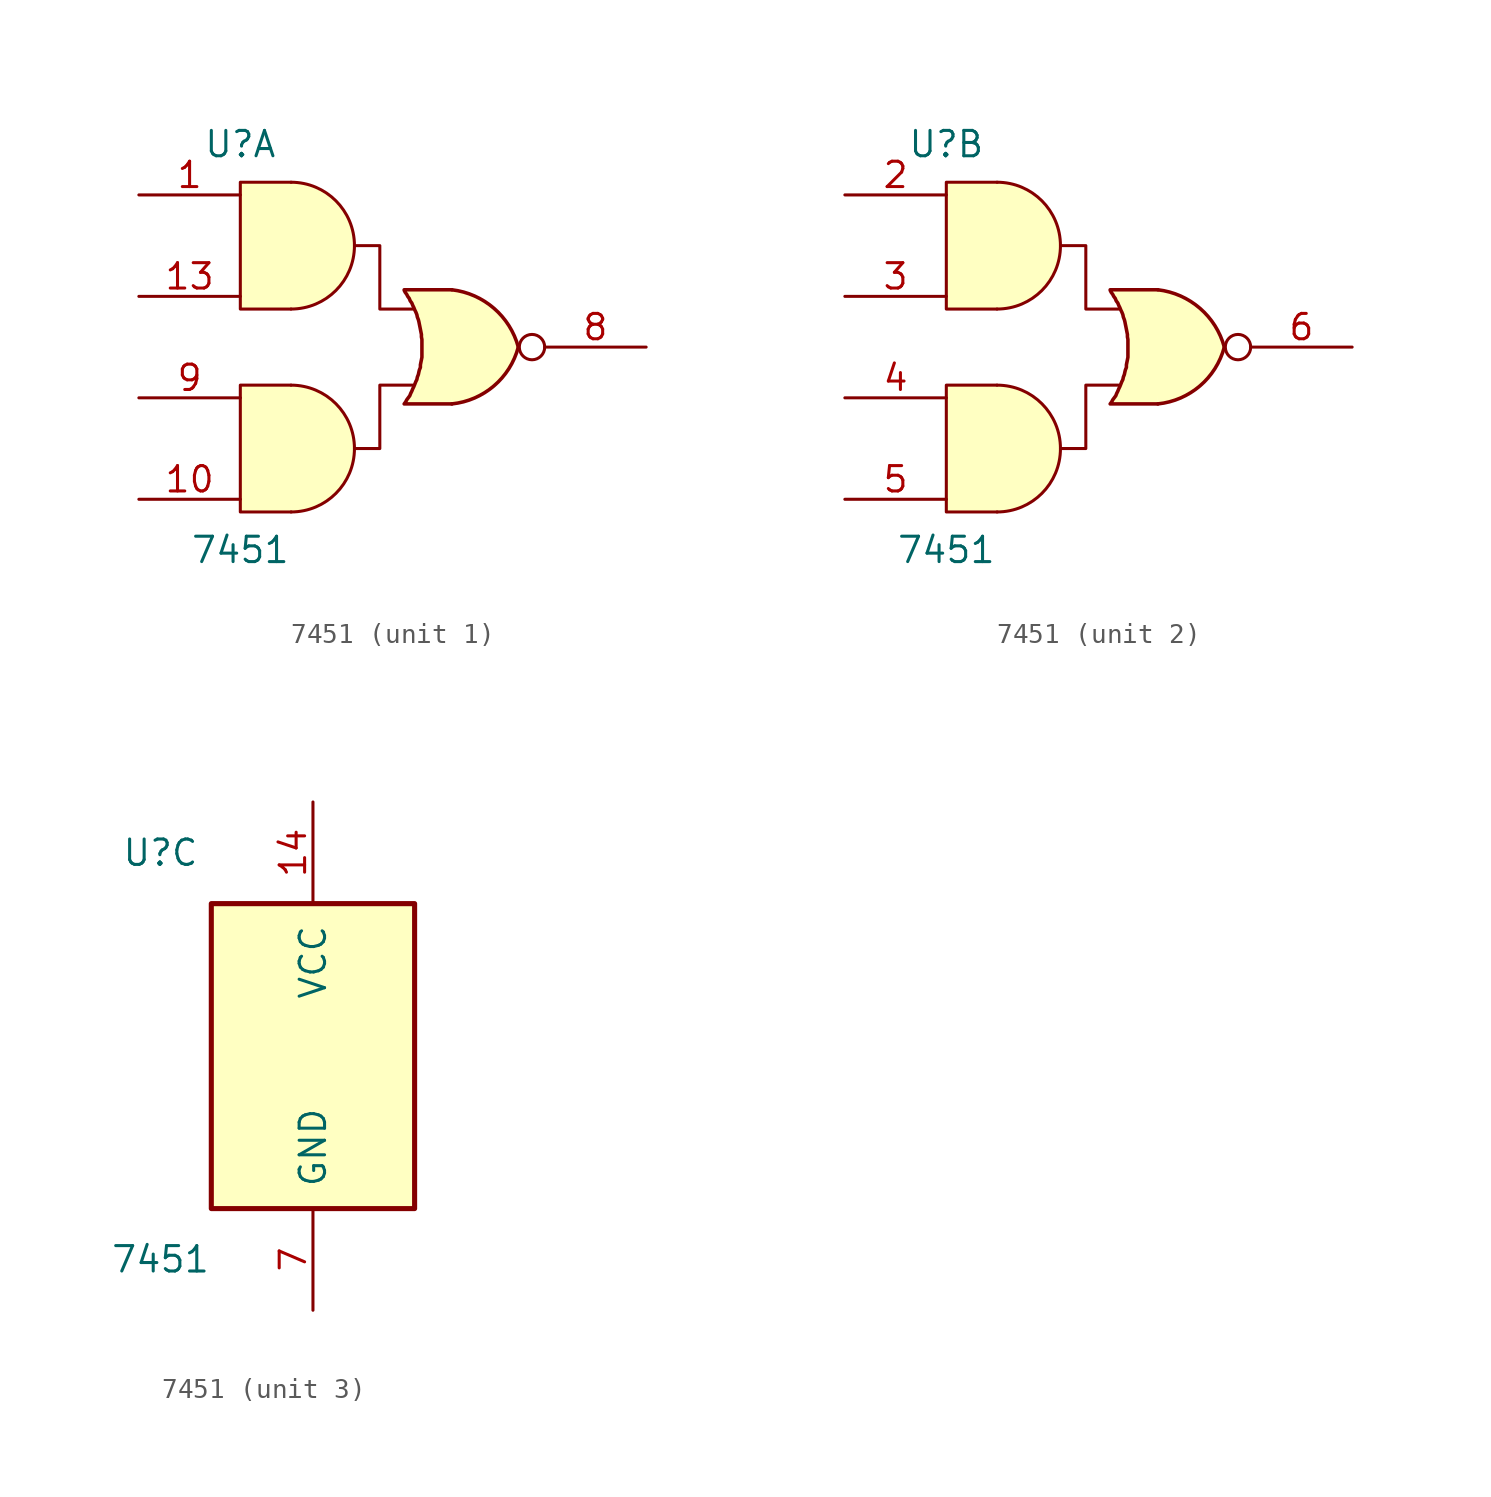
<source format=kicad_sym>
(kicad_symbol_lib
  (version 20211014)
  (generator kicad_symbol_editor)
  (symbol "7451"
    (pin_names
      (offset 1.016))
    (property "Reference" "U"
      (at -7.62 10.16 0)
      (effects (font (size 1.27 1.27))))
    (property "Value" "7451"
      (at -7.62 -10.16 0)
      (effects (font (size 1.27 1.27))))
    (property "ki_locked" ""
      (at 0 0 0)
      (effects (font (size 1.27 1.27))))
    (symbol "7451_1_0"
      (arc (start -5.08 -8.255) (mid -1.905 -5.08) (end -5.08 -1.905) (stroke (width 0) (type default) (color 0 0 0 0)) (fill (type background)))
      (arc (start -5.08 1.905) (mid -1.905 5.08) (end -5.08 8.255) (stroke (width 0) (type default) (color 0 0 0 0)) (fill (type background)))
      (polyline (pts (xy -5.08 -1.905) (xy -7.62 -1.905) (xy -7.62 -8.255) (xy -5.08 -8.255)) (stroke (width 0) (type default) (color 0 0 0 0)) (fill (type background)))
      (polyline (pts (xy -5.08 1.905) (xy -7.62 1.905) (xy -7.62 8.255) (xy -5.08 8.255)) (stroke (width 0) (type default) (color 0 0 0 0)) (fill (type background)))
      (polyline (pts (xy -1.905 -5.08) (xy -0.635 -5.08) (xy -0.635 -1.905) (xy 1.016 -1.905)) (stroke (width 0) (type default) (color 0 0 0 0)) (fill (type none)))
      (polyline (pts (xy -1.905 5.08) (xy -0.635 5.08) (xy -0.635 1.905) (xy 1.016 1.905)) (stroke (width 0) (type default) (color 0 0 0 0)) (fill (type none)))
      (polyline (pts (xy 2.972 2.87) (xy 0.584 2.87) (xy 0.584 2.845) (xy 0.635 2.743) (xy 0.711 2.642) (xy 0.762 2.54) (xy 0.838 2.438) (xy 0.889 2.311) (xy 0.965 2.21) (xy 1.016 2.083) (xy 1.067 1.981) (xy 1.118 1.854) (xy 1.168 1.753) (xy 1.219 1.626) (xy 1.245 1.499) (xy 1.295 1.372) (xy 1.321 1.27) (xy 1.346 1.143) (xy 1.372 1.016) (xy 1.397 0.889) (xy 1.422 0.762) (xy 1.448 0.635) (xy 1.448 0.508) (xy 1.473 0.381) (xy 1.473 0.254) (xy 1.473 0.127) (xy 1.473 0) (xy 1.473 -0.127) (xy 1.473 -0.254) (xy 1.473 -0.381) (xy 1.473 -0.508) (xy 1.448 -0.635) (xy 1.422 -0.762) (xy 1.397 -0.889) (xy 1.397 -1.016) (xy 1.346 -1.143) (xy 1.321 -1.245) (xy 1.295 -1.372) (xy 1.245 -1.499) (xy 1.219 -1.626) (xy 1.168 -1.727) (xy 1.118 -1.854) (xy 1.067 -1.981) (xy 1.016 -2.083) (xy 0.965 -2.21) (xy 0.914 -2.311) (xy 0.864 -2.438) (xy 0.787 -2.54) (xy 0.711 -2.642) (xy 0.66 -2.743) (xy 0.584 -2.845) (xy 0.584 -2.845) (xy 2.972 -2.845)) (stroke (width 0.178) (type default) (color 0 0 0 0)) (fill (type background)))
      (arc (start 2.9718 -2.8448) (mid 5.0797 -1.9419) (end 6.2992 0) (stroke (width 0.1778) (type default) (color 0 0 0 0)) (fill (type background)))
      (arc (start 6.2992 0) (mid 5.0758 1.9455) (end 2.9718 2.8702) (stroke (width 0.1778) (type default) (color 0 0 0 0)) (fill (type background)))
      (circle (center 6.985 0) (radius 0.635) (stroke (width 0) (type default) (color 0 0 0 0)) (fill (type none)))
      (pin input line (at -12.7 7.62 0) (length 5.08) (name "~" (effects (font (size 1.27 1.27)))) (number "1" (effects (font (size 1.27 1.27)))))
      (pin input line (at -12.7 -7.62 0) (length 5.08) (name "~" (effects (font (size 1.27 1.27)))) (number "10" (effects (font (size 1.27 1.27)))))
      (pin input line (at -12.7 2.54 0) (length 5.08) (name "~" (effects (font (size 1.27 1.27)))) (number "13" (effects (font (size 1.27 1.27)))))
      (pin output line (at 12.7 0 180) (length 5.08) (name "~" (effects (font (size 1.27 1.27)))) (number "8" (effects (font (size 1.27 1.27)))))
      (pin input line (at -12.7 -2.54 0) (length 5.08) (name "~" (effects (font (size 1.27 1.27)))) (number "9" (effects (font (size 1.27 1.27))))))
    (symbol "7451_2_0"
      (arc (start -5.08 -8.255) (mid -1.905 -5.08) (end -5.08 -1.905) (stroke (width 0) (type default) (color 0 0 0 0)) (fill (type background)))
      (arc (start -5.08 1.905) (mid -1.905 5.08) (end -5.08 8.255) (stroke (width 0) (type default) (color 0 0 0 0)) (fill (type background)))
      (polyline (pts (xy -5.08 -1.905) (xy -7.62 -1.905) (xy -7.62 -8.255) (xy -5.08 -8.255)) (stroke (width 0) (type default) (color 0 0 0 0)) (fill (type background)))
      (polyline (pts (xy -5.08 1.905) (xy -7.62 1.905) (xy -7.62 8.255) (xy -5.08 8.255)) (stroke (width 0) (type default) (color 0 0 0 0)) (fill (type background)))
      (polyline (pts (xy -1.905 -5.08) (xy -0.635 -5.08) (xy -0.635 -1.905) (xy 1.016 -1.905)) (stroke (width 0) (type default) (color 0 0 0 0)) (fill (type none)))
      (polyline (pts (xy -1.905 5.08) (xy -0.635 5.08) (xy -0.635 1.905) (xy 1.016 1.905)) (stroke (width 0) (type default) (color 0 0 0 0)) (fill (type none)))
      (polyline (pts (xy 2.972 2.87) (xy 0.584 2.87) (xy 0.584 2.845) (xy 0.635 2.743) (xy 0.711 2.642) (xy 0.762 2.54) (xy 0.838 2.438) (xy 0.889 2.311) (xy 0.965 2.21) (xy 1.016 2.083) (xy 1.067 1.981) (xy 1.118 1.854) (xy 1.168 1.753) (xy 1.219 1.626) (xy 1.245 1.499) (xy 1.295 1.372) (xy 1.321 1.27) (xy 1.346 1.143) (xy 1.372 1.016) (xy 1.397 0.889) (xy 1.422 0.762) (xy 1.448 0.635) (xy 1.448 0.508) (xy 1.473 0.381) (xy 1.473 0.254) (xy 1.473 0.127) (xy 1.473 0) (xy 1.473 -0.127) (xy 1.473 -0.254) (xy 1.473 -0.381) (xy 1.473 -0.508) (xy 1.448 -0.635) (xy 1.422 -0.762) (xy 1.397 -0.889) (xy 1.397 -1.016) (xy 1.346 -1.143) (xy 1.321 -1.245) (xy 1.295 -1.372) (xy 1.245 -1.499) (xy 1.219 -1.626) (xy 1.168 -1.727) (xy 1.118 -1.854) (xy 1.067 -1.981) (xy 1.016 -2.083) (xy 0.965 -2.21) (xy 0.914 -2.311) (xy 0.864 -2.438) (xy 0.787 -2.54) (xy 0.711 -2.642) (xy 0.66 -2.743) (xy 0.584 -2.845) (xy 0.584 -2.845) (xy 2.972 -2.845)) (stroke (width 0.178) (type default) (color 0 0 0 0)) (fill (type background)))
      (arc (start 2.9718 -2.8448) (mid 5.0797 -1.9419) (end 6.2992 0) (stroke (width 0.1778) (type default) (color 0 0 0 0)) (fill (type background)))
      (arc (start 6.2992 0) (mid 5.0758 1.9455) (end 2.9718 2.8702) (stroke (width 0.1778) (type default) (color 0 0 0 0)) (fill (type background)))
      (circle (center 6.985 0) (radius 0.635) (stroke (width 0) (type default) (color 0 0 0 0)) (fill (type none)))
      (pin input line (at -12.7 7.62 0) (length 5.08) (name "~" (effects (font (size 1.27 1.27)))) (number "2" (effects (font (size 1.27 1.27)))))
      (pin input line (at -12.7 2.54 0) (length 5.08) (name "~" (effects (font (size 1.27 1.27)))) (number "3" (effects (font (size 1.27 1.27)))))
      (pin input line (at -12.7 -2.54 0) (length 5.08) (name "~" (effects (font (size 1.27 1.27)))) (number "4" (effects (font (size 1.27 1.27)))))
      (pin input line (at -12.7 -7.62 0) (length 5.08) (name "~" (effects (font (size 1.27 1.27)))) (number "5" (effects (font (size 1.27 1.27)))))
      (pin output line (at 12.7 0 180) (length 5.08) (name "~" (effects (font (size 1.27 1.27)))) (number "6" (effects (font (size 1.27 1.27))))))
    (symbol "7451_3_0"
      (pin power_in line (at 0 12.7 270) (length 5.08) (name "VCC" (effects (font (size 1.27 1.27)))) (number "14" (effects (font (size 1.27 1.27)))))
      (pin power_in line (at 0 -12.7 90) (length 5.08) (name "GND" (effects (font (size 1.27 1.27)))) (number "7" (effects (font (size 1.27 1.27))))))
    (symbol "7451_3_1"
      (rectangle (start -5.08 7.62) (end 5.08 -7.62) (stroke (width 0.254) (type default) (color 0 0 0 0)) (fill (type background))))))
</source>
